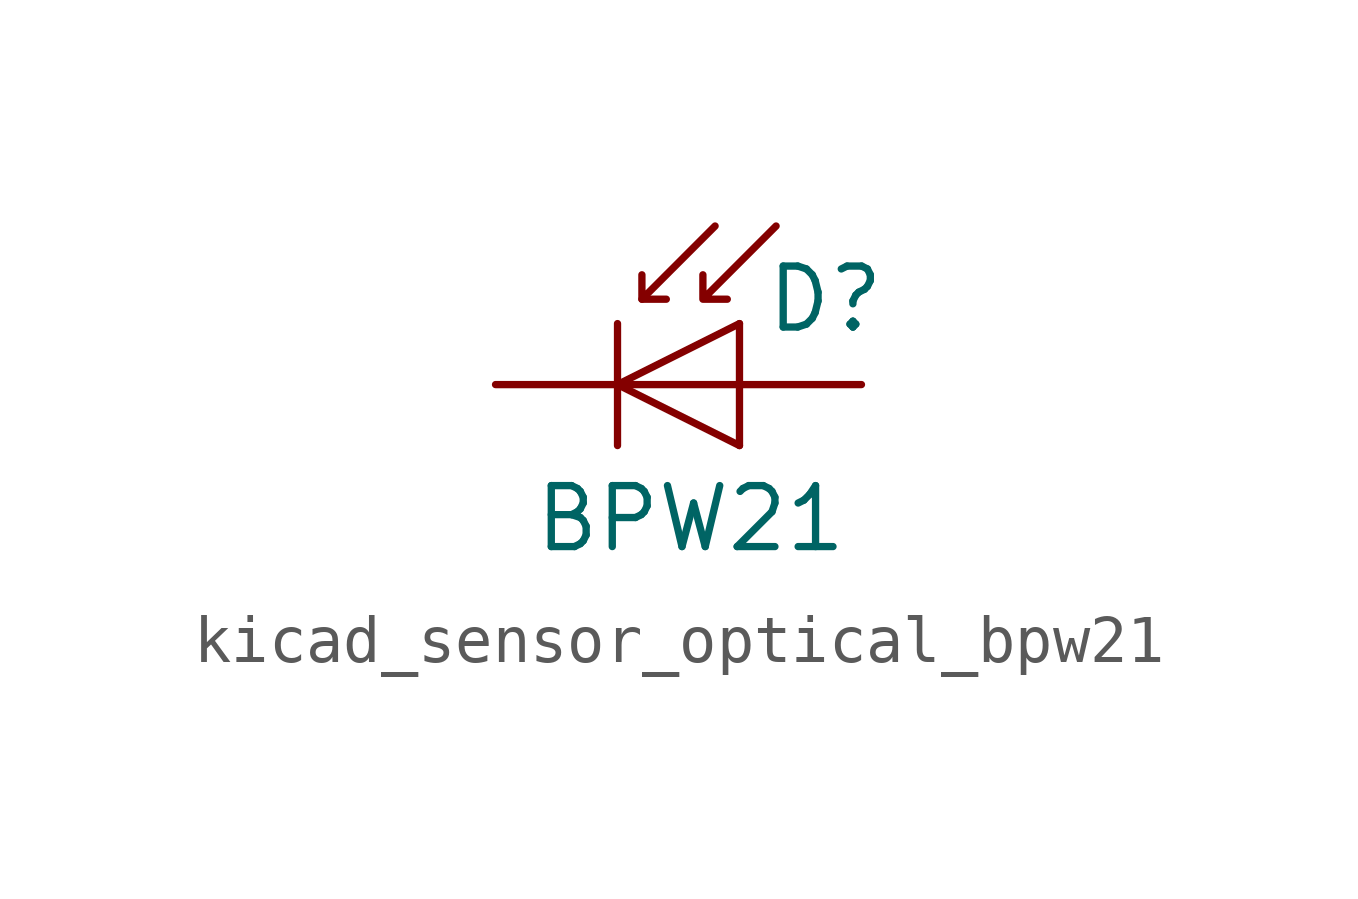
<source format=kicad_sym>
(kicad_symbol_lib
  (version 20220914)
  (generator kicad_symbol_editor)
  (symbol "kicad_sensor_optical_bpw21"
    (pin_numbers hide)
    (pin_names hide)
    (property "Reference" "D"
      (at 0.508 1.778 0)
      (effects (font (size 1.27 1.27)) (justify left)))
    (property "Value" "BPW21"
      (at -1.016 -2.794 0)
      (effects (font (size 1.27 1.27))))
    (symbol "kicad_sensor_optical_bpw21_0_1"
      (polyline (pts (xy -2.54 1.27) (xy -2.54 -1.27)) (stroke (width 0.152) (type default)) (fill (type none)))
      (polyline (pts (xy -2.032 1.778) (xy -1.524 1.778)) (stroke (width 0) (type default)) (fill (type none)))
      (polyline (pts (xy 0 0) (xy -2.54 0)) (stroke (width 0) (type default)) (fill (type none)))
      (polyline (pts (xy 0 1.27) (xy 0 -1.27)) (stroke (width 0) (type default)) (fill (type none)))
      (polyline (pts (xy -0.508 3.302) (xy -2.032 1.778) (xy -2.032 2.286)) (stroke (width 0) (type default)) (fill (type none)))
      (polyline (pts (xy 0 1.27) (xy -2.54 0) (xy 0 -1.27)) (stroke (width 0) (type default)) (fill (type none)))
      (polyline (pts (xy 0.762 3.302) (xy -0.762 1.778) (xy -0.762 2.286) (xy -0.762 1.778) (xy -0.254 1.778)) (stroke (width 0) (type default)) (fill (type none))))
    (symbol "kicad_sensor_optical_bpw21_1_1"
      (pin passive line (at 2.54 0 180) (length 2.54) (name "A" (effects (font (size 1.27 1.27)))) (number "1" (effects (font (size 1.27 1.27)))))
      (pin passive line (at -5.08 0 0) (length 2.54) (name "K" (effects (font (size 1.27 1.27)))) (number "2" (effects (font (size 1.27 1.27))))))))
</source>
